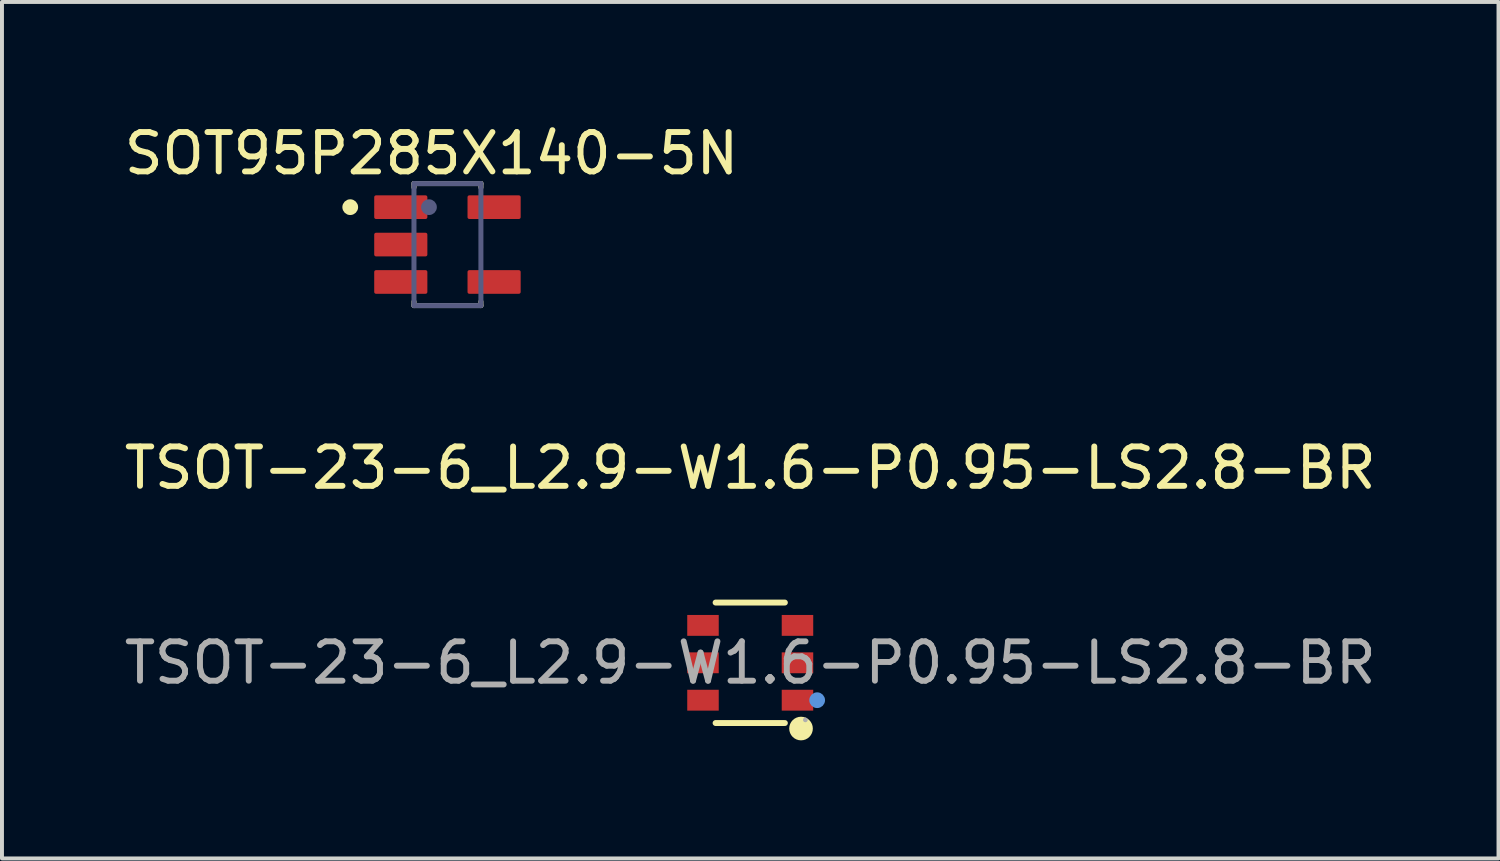
<source format=kicad_pcb>
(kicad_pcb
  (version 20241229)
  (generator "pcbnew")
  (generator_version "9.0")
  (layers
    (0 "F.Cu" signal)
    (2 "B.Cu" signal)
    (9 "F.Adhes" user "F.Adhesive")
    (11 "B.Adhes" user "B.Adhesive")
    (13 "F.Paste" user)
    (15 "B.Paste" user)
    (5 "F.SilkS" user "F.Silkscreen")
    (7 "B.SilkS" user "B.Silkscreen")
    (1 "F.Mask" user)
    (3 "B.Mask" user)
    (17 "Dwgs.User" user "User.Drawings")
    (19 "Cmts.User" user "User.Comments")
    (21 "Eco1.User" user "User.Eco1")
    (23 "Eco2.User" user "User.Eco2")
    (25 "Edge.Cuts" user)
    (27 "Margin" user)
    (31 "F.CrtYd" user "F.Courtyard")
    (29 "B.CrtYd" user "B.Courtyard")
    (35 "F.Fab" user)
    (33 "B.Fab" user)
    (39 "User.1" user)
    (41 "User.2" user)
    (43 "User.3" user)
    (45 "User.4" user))
  (footprint "TSOT-23-6_L2.9-W1.6-P0.95-LS2.8-BR"
    (layer "F.Cu")
    (at 16.006 13.785)
    (property "Reference" "TSOT-23-6_L2.9-W1.6-P0.95-LS2.8-BR" (at 0 -4.95 0) (layer "F.SilkS") (effects (font (size 1 1) (thickness 0.15))))
    (attr smd)
    (fp_line (start 0.88 -1.53) (end -0.88 -1.53) (stroke (width 0.15) (type solid)) (layer "F.SilkS"))
    (fp_line (start 0.88 1.53) (end -0.88 1.53) (stroke (width 0.15) (type solid)) (layer "F.SilkS"))
    (fp_circle (center 1.29 1.67) (end 1.44 1.67) (stroke (width 0.3) (type solid)) (fill no) (layer "F.SilkS"))
    (fp_circle (center 1.7 0.95) (end 1.8 0.95) (stroke (width 0.2) (type solid)) (fill no) (layer "Cmts.User"))
    (fp_circle (center 1.4 1.45) (end 1.43 1.45) (stroke (width 0.06) (type solid)) (fill no) (layer "F.Fab"))
    (fp_text user "${REFERENCE}" (at 0 0 0) (layer "F.Fab") (effects (font (size 1 1) (thickness 0.15))))
    (pad "1" smd rect (at 1.2 0.95) (size 0.8 0.53) (layers "F.Cu" "F.Mask" "F.Paste"))
    (pad "2" smd rect (at 1.2 0) (size 0.8 0.53) (layers "F.Cu" "F.Mask" "F.Paste"))
    (pad "3" smd rect (at 1.2 -0.95) (size 0.8 0.53) (layers "F.Cu" "F.Mask" "F.Paste"))
    (pad "4" smd rect (at -1.2 -0.95) (size 0.8 0.53) (layers "F.Cu" "F.Mask" "F.Paste"))
    (pad "5" smd rect (at -1.2 0) (size 0.8 0.53) (layers "F.Cu" "F.Mask" "F.Paste"))
    (pad "6" smd rect (at -1.2 0.95) (size 0.8 0.53) (layers "F.Cu" "F.Mask" "F.Paste")))
  (footprint "SOT95P285X140-5N"
    (layer "F.Cu")
    (at 8.315 3.162)
    (property "Reference" "SOT95P285X140-5N" (at -0.405 -2.313 0) (layer "F.SilkS") (effects (font (size 1 1) (thickness 0.15))))
    (fp_line (start -0.85 -1.55) (end 0.85 -1.55) (stroke (width 0.127) (type solid)) (layer "F.SilkS"))
    (fp_line (start -0.85 -1.45) (end -0.85 -1.55) (stroke (width 0.127) (type solid)) (layer "F.SilkS"))
    (fp_line (start -0.85 1.55) (end -0.85 1.45) (stroke (width 0.127) (type solid)) (layer "F.SilkS"))
    (fp_line (start -0.85 1.55) (end 0.85 1.55) (stroke (width 0.127) (type solid)) (layer "F.SilkS"))
    (fp_line (start 0.85 -1.45) (end 0.85 -1.55) (stroke (width 0.127) (type solid)) (layer "F.SilkS"))
    (fp_line (start 0.85 1.55) (end 0.85 1.45) (stroke (width 0.127) (type solid)) (layer "F.SilkS"))
    (fp_circle (center -2.469 -0.95) (end -2.469 -1.05) (stroke (width 0.2) (type solid)) (fill no) (layer "F.SilkS"))
    (fp_line (start -2.11 -1.5) (end -1.1 -1.5) (stroke (width 0.05) (type solid)) (layer "Eco2.User"))
    (fp_line (start -2.11 1.5) (end -2.11 -1.5) (stroke (width 0.05) (type solid)) (layer "Eco2.User"))
    (fp_line (start -2.11 1.5) (end -1.1 1.5) (stroke (width 0.05) (type solid)) (layer "Eco2.User"))
    (fp_line (start -1.1 -1.8) (end 1.1 -1.8) (stroke (width 0.05) (type solid)) (layer "Eco2.User"))
    (fp_line (start -1.1 -1.5) (end -1.1 -1.8) (stroke (width 0.05) (type solid)) (layer "Eco2.User"))
    (fp_line (start -1.1 1.8) (end -1.1 1.5) (stroke (width 0.05) (type solid)) (layer "Eco2.User"))
    (fp_line (start -1.1 1.8) (end 1.1 1.8) (stroke (width 0.05) (type solid)) (layer "Eco2.User"))
    (fp_line (start 1.1 -1.5) (end 1.1 -1.8) (stroke (width 0.05) (type solid)) (layer "Eco2.User"))
    (fp_line (start 1.1 -1.5) (end 2.11 -1.5) (stroke (width 0.05) (type solid)) (layer "Eco2.User"))
    (fp_line (start 1.1 1.5) (end 2.11 1.5) (stroke (width 0.05) (type solid)) (layer "Eco2.User"))
    (fp_line (start 1.1 1.8) (end 1.1 1.5) (stroke (width 0.05) (type solid)) (layer "Eco2.User"))
    (fp_line (start 2.11 1.5) (end 2.11 -1.5) (stroke (width 0.05) (type solid)) (layer "Eco2.User"))
    (fp_line (start -0.85 -1.55) (end 0.85 -1.55) (stroke (width 0.127) (type solid)) (layer "B.Fab"))
    (fp_line (start -0.85 1.55) (end -0.85 -1.55) (stroke (width 0.127) (type solid)) (layer "B.Fab"))
    (fp_line (start -0.85 1.55) (end 0.85 1.55) (stroke (width 0.127) (type solid)) (layer "B.Fab"))
    (fp_line (start 0.85 1.55) (end 0.85 -1.55) (stroke (width 0.127) (type solid)) (layer "B.Fab"))
    (fp_circle (center -0.469 -0.95) (end -0.469 -1.05) (stroke (width 0.2) (type solid)) (fill no) (layer "B.Fab"))
    (pad "1" smd roundrect (at -1.185 -0.95 270) (size 0.6 1.35) (layers "F.Cu" "F.Mask" "F.Paste") (roundrect_rratio 0.075))
    (pad "2" smd roundrect (at -1.185 0 270) (size 0.6 1.35) (layers "F.Cu" "F.Mask" "F.Paste") (roundrect_rratio 0.075))
    (pad "3" smd roundrect (at -1.185 0.95 270) (size 0.6 1.35) (layers "F.Cu" "F.Mask" "F.Paste") (roundrect_rratio 0.075))
    (pad "4" smd roundrect (at 1.185 0.95 270) (size 0.6 1.35) (layers "F.Cu" "F.Mask" "F.Paste") (roundrect_rratio 0.075))
    (pad "5" smd roundrect (at 1.185 -0.95 270) (size 0.6 1.35) (layers "F.Cu" "F.Mask" "F.Paste") (roundrect_rratio 0.075)))
  (gr_rect
    (start -3 -3)
    (end 35.012 18.755)
    (stroke (width 0.1) (type default))
    (fill no)
    (layer "Edge.Cuts")))
</source>
